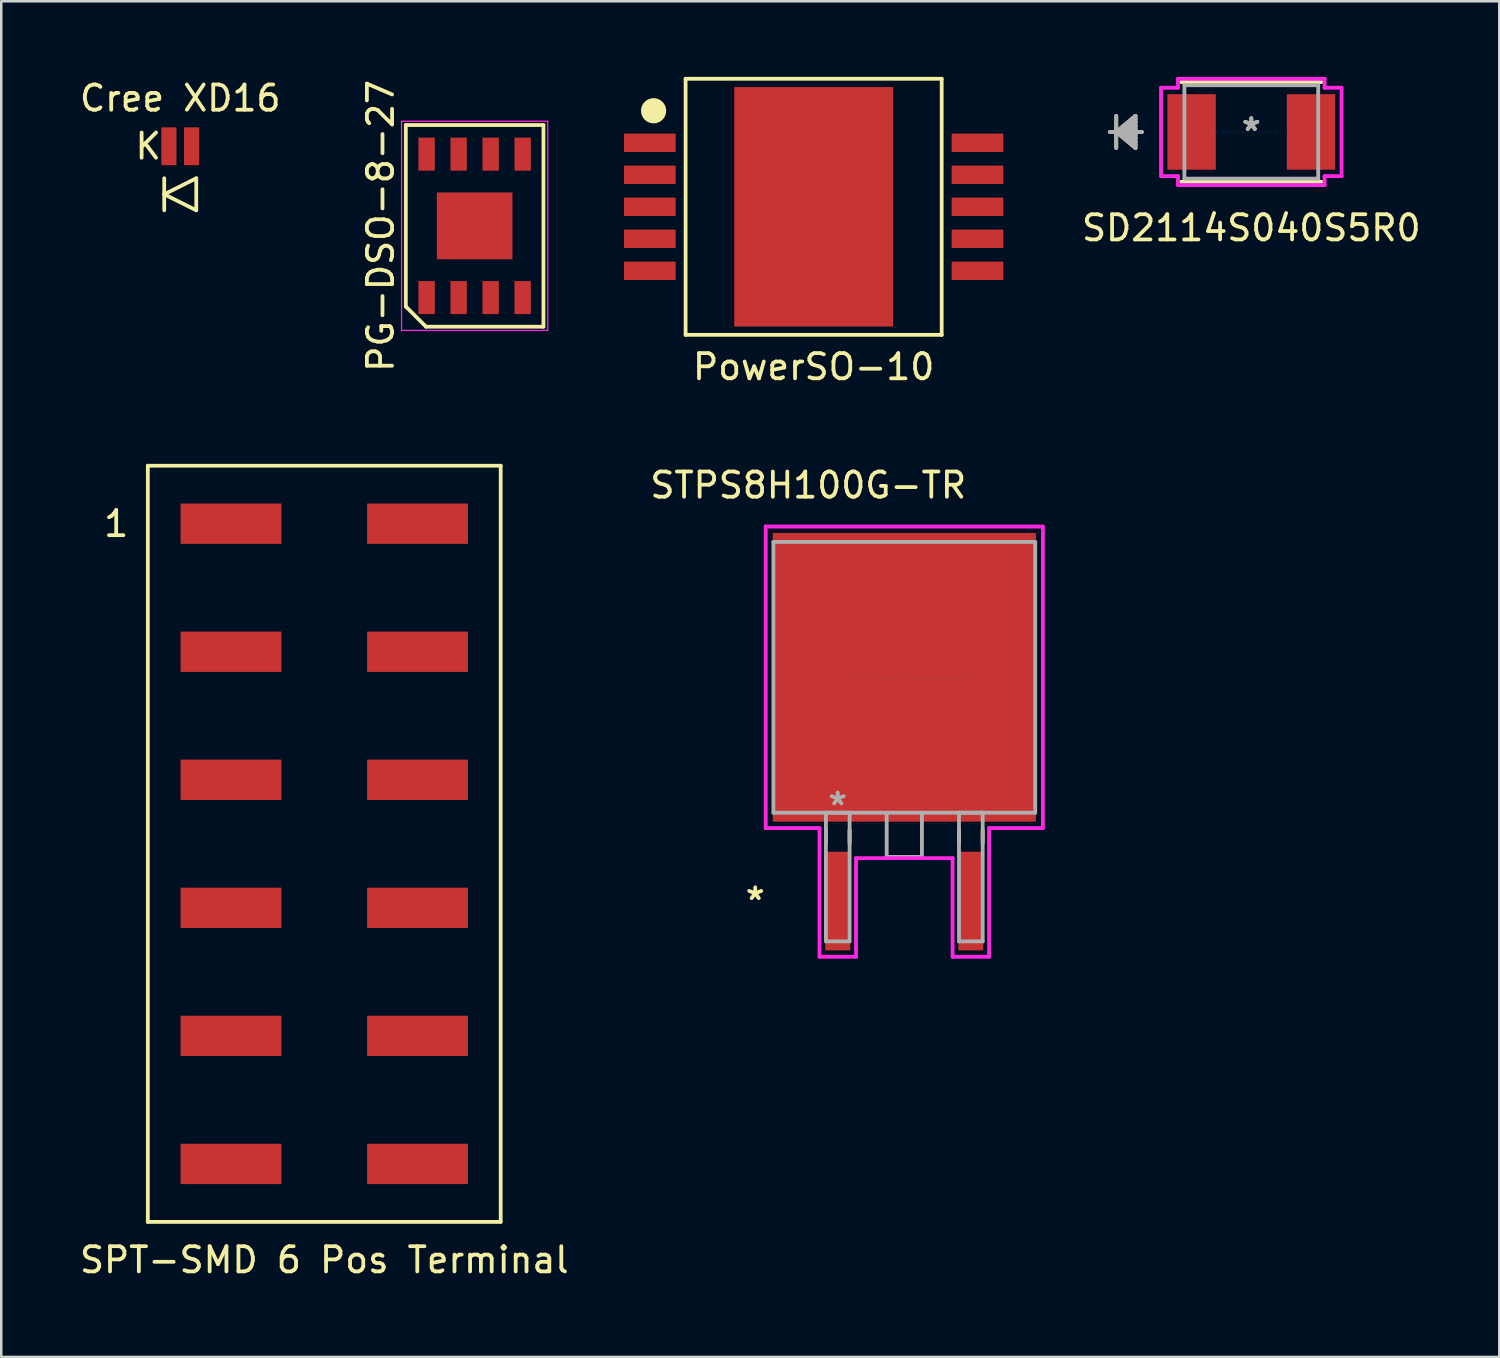
<source format=kicad_pcb>
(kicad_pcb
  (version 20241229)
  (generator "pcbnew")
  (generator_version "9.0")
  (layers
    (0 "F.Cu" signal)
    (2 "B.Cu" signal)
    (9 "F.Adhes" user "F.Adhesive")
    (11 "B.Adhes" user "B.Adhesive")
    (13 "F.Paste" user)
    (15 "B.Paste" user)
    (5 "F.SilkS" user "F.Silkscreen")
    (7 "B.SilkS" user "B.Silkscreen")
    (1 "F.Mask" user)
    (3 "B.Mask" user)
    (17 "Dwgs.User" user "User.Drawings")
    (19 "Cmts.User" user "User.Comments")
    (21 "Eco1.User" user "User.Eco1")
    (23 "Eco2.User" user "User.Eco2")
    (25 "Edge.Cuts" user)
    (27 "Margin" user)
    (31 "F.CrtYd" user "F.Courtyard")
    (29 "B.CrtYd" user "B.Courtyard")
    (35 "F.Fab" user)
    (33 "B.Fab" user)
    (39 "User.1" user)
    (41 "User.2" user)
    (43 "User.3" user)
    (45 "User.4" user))
  (footprint "PowerSO-10"
    (layer "F.Cu")
    (at 29.231 5.155)
    (property "Reference" "PowerSO-10" (at 0 6.35 0) (layer "F.SilkS") (effects (font (size 1 1) (thickness 0.15))))
    (attr smd)
    (fp_line (start -5.08 -5.08) (end 5.08 -5.08) (stroke (width 0.15) (type solid)) (layer "F.SilkS"))
    (fp_line (start -5.08 5.08) (end -5.08 -5.08) (stroke (width 0.15) (type solid)) (layer "F.SilkS"))
    (fp_line (start 5.08 -5.08) (end 5.08 5.08) (stroke (width 0.15) (type solid)) (layer "F.SilkS"))
    (fp_line (start 5.08 5.08) (end -5.08 5.08) (stroke (width 0.15) (type solid)) (layer "F.SilkS"))
    (fp_circle (center -6.35 -3.81) (end -6.1 -3.81) (stroke (width 0.5) (type solid)) (fill no) (layer "F.SilkS"))
    (pad "1" smd rect (at -6.5 -2.54) (size 2.05 0.73) (layers "F.Cu" "F.Mask" "F.Paste"))
    (pad "2" smd rect (at -6.5 -1.27) (size 2.05 0.73) (layers "F.Cu" "F.Mask" "F.Paste"))
    (pad "3" smd rect (at -6.5 0) (size 2.05 0.73) (layers "F.Cu" "F.Mask" "F.Paste"))
    (pad "4" smd rect (at -6.5 1.27) (size 2.05 0.73) (layers "F.Cu" "F.Mask" "F.Paste"))
    (pad "5" smd rect (at -6.5 2.54) (size 2.05 0.73) (layers "F.Cu" "F.Mask" "F.Paste"))
    (pad "6" smd rect (at 6.5 2.54) (size 2.05 0.73) (layers "F.Cu" "F.Mask" "F.Paste"))
    (pad "7" smd rect (at 6.5 1.27) (size 2.05 0.73) (layers "F.Cu" "F.Mask" "F.Paste"))
    (pad "8" smd rect (at 6.5 0) (size 2.05 0.73) (layers "F.Cu" "F.Mask" "F.Paste"))
    (pad "9" smd rect (at 6.5 -1.27) (size 2.05 0.73) (layers "F.Cu" "F.Mask" "F.Paste"))
    (pad "10" smd rect (at 6.5 -2.54) (size 2.05 0.73) (layers "F.Cu" "F.Mask" "F.Paste"))
    (pad "11" smd rect (at 0 0) (size 6.3 9.5) (layers "F.Cu" "F.Mask" "F.Paste")))
  (footprint "SD2114S040S5R0"
    (layer "F.Cu")
    (at 46.595 2.184)
    (property "Reference" "SD2114S040S5R0" (at 0 3.81 0) (layer "F.SilkS") (effects (font (size 1 1) (thickness 0.15))))
    (attr through_hole)
    (fp_line (start -5.359 -0.635) (end -5.359 0.635) (stroke (width 0.152) (type solid)) (layer "F.SilkS"))
    (fp_line (start -5.359 0) (end -4.597 -0.635) (stroke (width 0.152) (type solid)) (layer "F.SilkS"))
    (fp_line (start -5.359 0) (end -4.597 -0.508) (stroke (width 0.152) (type solid)) (layer "F.SilkS"))
    (fp_line (start -5.359 0) (end -4.597 -0.381) (stroke (width 0.152) (type solid)) (layer "F.SilkS"))
    (fp_line (start -5.359 0) (end -4.597 -0.254) (stroke (width 0.152) (type solid)) (layer "F.SilkS"))
    (fp_line (start -5.359 0) (end -4.597 -0.127) (stroke (width 0.152) (type solid)) (layer "F.SilkS"))
    (fp_line (start -5.359 0) (end -4.597 0.127) (stroke (width 0.152) (type solid)) (layer "F.SilkS"))
    (fp_line (start -5.359 0) (end -4.597 0.254) (stroke (width 0.152) (type solid)) (layer "F.SilkS"))
    (fp_line (start -5.359 0) (end -4.597 0.381) (stroke (width 0.152) (type solid)) (layer "F.SilkS"))
    (fp_line (start -5.359 0) (end -4.597 0.508) (stroke (width 0.152) (type solid)) (layer "F.SilkS"))
    (fp_line (start -5.359 0) (end -4.597 0.635) (stroke (width 0.152) (type solid)) (layer "F.SilkS"))
    (fp_line (start -4.597 -0.635) (end -4.597 0.635) (stroke (width 0.152) (type solid)) (layer "F.SilkS"))
    (fp_line (start -4.343 0) (end -5.613 0) (stroke (width 0.152) (type solid)) (layer "F.SilkS"))
    (fp_line (start -2.781 1.981) (end 2.781 1.981) (stroke (width 0.152) (type solid)) (layer "F.SilkS"))
    (fp_line (start 2.781 -1.981) (end -2.781 -1.981) (stroke (width 0.152) (type solid)) (layer "F.SilkS"))
    (fp_line (start -3.581 -1.753) (end -2.908 -1.753) (stroke (width 0.152) (type solid)) (layer "F.CrtYd"))
    (fp_line (start -3.581 1.753) (end -3.581 -1.753) (stroke (width 0.152) (type solid)) (layer "F.CrtYd"))
    (fp_line (start -2.908 -2.108) (end 2.908 -2.108) (stroke (width 0.152) (type solid)) (layer "F.CrtYd"))
    (fp_line (start -2.908 -1.753) (end -2.908 -2.108) (stroke (width 0.152) (type solid)) (layer "F.CrtYd"))
    (fp_line (start -2.908 1.753) (end -3.581 1.753) (stroke (width 0.152) (type solid)) (layer "F.CrtYd"))
    (fp_line (start -2.908 2.108) (end -2.908 1.753) (stroke (width 0.152) (type solid)) (layer "F.CrtYd"))
    (fp_line (start 2.908 -2.108) (end 2.908 -1.753) (stroke (width 0.152) (type solid)) (layer "F.CrtYd"))
    (fp_line (start 2.908 -1.753) (end 3.581 -1.753) (stroke (width 0.152) (type solid)) (layer "F.CrtYd"))
    (fp_line (start 2.908 1.753) (end 2.908 2.108) (stroke (width 0.152) (type solid)) (layer "F.CrtYd"))
    (fp_line (start 2.908 2.108) (end -2.908 2.108) (stroke (width 0.152) (type solid)) (layer "F.CrtYd"))
    (fp_line (start 3.581 -1.753) (end 3.581 1.753) (stroke (width 0.152) (type solid)) (layer "F.CrtYd"))
    (fp_line (start 3.581 1.753) (end 2.908 1.753) (stroke (width 0.152) (type solid)) (layer "F.CrtYd"))
    (fp_line (start -5.359 -0.635) (end -5.359 0.635) (stroke (width 0.152) (type solid)) (layer "F.Fab"))
    (fp_line (start -5.359 0) (end -4.597 -0.635) (stroke (width 0.152) (type solid)) (layer "F.Fab"))
    (fp_line (start -5.359 0) (end -4.597 -0.508) (stroke (width 0.152) (type solid)) (layer "F.Fab"))
    (fp_line (start -5.359 0) (end -4.597 -0.381) (stroke (width 0.152) (type solid)) (layer "F.Fab"))
    (fp_line (start -5.359 0) (end -4.597 -0.254) (stroke (width 0.152) (type solid)) (layer "F.Fab"))
    (fp_line (start -5.359 0) (end -4.597 -0.127) (stroke (width 0.152) (type solid)) (layer "F.Fab"))
    (fp_line (start -5.359 0) (end -4.597 0.127) (stroke (width 0.152) (type solid)) (layer "F.Fab"))
    (fp_line (start -5.359 0) (end -4.597 0.254) (stroke (width 0.152) (type solid)) (layer "F.Fab"))
    (fp_line (start -5.359 0) (end -4.597 0.381) (stroke (width 0.152) (type solid)) (layer "F.Fab"))
    (fp_line (start -5.359 0) (end -4.597 0.508) (stroke (width 0.152) (type solid)) (layer "F.Fab"))
    (fp_line (start -5.359 0) (end -4.597 0.635) (stroke (width 0.152) (type solid)) (layer "F.Fab"))
    (fp_line (start -4.597 -0.635) (end -4.597 0.635) (stroke (width 0.152) (type solid)) (layer "F.Fab"))
    (fp_line (start -4.343 0) (end -5.613 0) (stroke (width 0.152) (type solid)) (layer "F.Fab"))
    (fp_line (start -2.654 -1.854) (end -2.654 1.854) (stroke (width 0.152) (type solid)) (layer "F.Fab"))
    (fp_line (start -2.654 1.854) (end 2.654 1.854) (stroke (width 0.152) (type solid)) (layer "F.Fab"))
    (fp_line (start 2.654 -1.854) (end -2.654 -1.854) (stroke (width 0.152) (type solid)) (layer "F.Fab"))
    (fp_line (start 2.654 1.854) (end 2.654 -1.854) (stroke (width 0.152) (type solid)) (layer "F.Fab"))
    (fp_text user "*" (at 0 0 0) (layer "F.SilkS") (effects (font (size 1 1) (thickness 0.15))))
    (fp_text user "Copyright 2016 Accelerated Designs. All rights reserved." (at 0 0 0) (layer "Cmts.User") (effects (font (size 0.127 0.127) (thickness 0.002))))
    (fp_text user "*" (at 0 0 0) (layer "F.Fab") (effects (font (size 1 1) (thickness 0.15))))
    (pad "1" smd rect (at -2.369 0) (size 1.918 2.997) (layers "F.Cu" "F.Mask" "F.Paste"))
    (pad "2" smd rect (at 2.369 0) (size 1.918 2.997) (layers "F.Cu" "F.Mask" "F.Paste")))
  (footprint "Cree XD16"
    (layer "F.Cu")
    (at 4.101 2.753)
    (property "Reference" "Cree XD16" (at 0 -1.905 0) (layer "F.SilkS") (effects (font (size 1 1) (thickness 0.15))))
    (attr through_hole)
    (fp_line (start -0.635 1.27) (end -0.635 1.905) (stroke (width 0.15) (type solid)) (layer "F.SilkS"))
    (fp_line (start -0.635 1.905) (end -0.635 2.54) (stroke (width 0.15) (type solid)) (layer "F.SilkS"))
    (fp_line (start -0.635 1.905) (end 0.635 2.54) (stroke (width 0.15) (type solid)) (layer "F.SilkS"))
    (fp_line (start 0.635 1.27) (end -0.635 1.905) (stroke (width 0.15) (type solid)) (layer "F.SilkS"))
    (fp_line (start 0.635 2.54) (end 0.635 1.27) (stroke (width 0.15) (type solid)) (layer "F.SilkS"))
    (fp_text user "K" (at -1.27 0 0) (layer "F.SilkS") (effects (font (size 1 1) (thickness 0.15))))
    (pad "1" smd rect (at -0.45 0) (size 0.6 1.5) (layers "F.Cu" "F.Mask" "F.Paste"))
    (pad "2" smd rect (at 0.45 0) (size 0.6 1.5) (layers "F.Cu" "F.Mask" "F.Paste")))
  (footprint "STPS8H100G-TR"
    (layer "F.Cu")
    (at 32.828 23.822)
    (property "Reference" "STPS8H100G-TR" (at -3.81 -7.62 0) (layer "F.SilkS") (effects (font (size 1 1) (thickness 0.15))))
    (attr through_hole)
    (fp_line (start -3.11 6.06) (end -3.11 6.566) (stroke (width 0.152) (type solid)) (layer "F.SilkS"))
    (fp_line (start -2.17 6.06) (end -2.17 6.566) (stroke (width 0.152) (type solid)) (layer "F.SilkS"))
    (fp_line (start 2.17 6.06) (end 2.17 6.566) (stroke (width 0.152) (type solid)) (layer "F.SilkS"))
    (fp_line (start 3.11 6.06) (end 3.11 6.566) (stroke (width 0.152) (type solid)) (layer "F.SilkS"))
    (fp_line (start -5.499 -5.982) (end 5.499 -5.982) (stroke (width 0.152) (type solid)) (layer "F.CrtYd"))
    (fp_line (start -5.499 5.982) (end -5.499 -5.982) (stroke (width 0.152) (type solid)) (layer "F.CrtYd"))
    (fp_line (start -3.364 5.982) (end -5.499 5.982) (stroke (width 0.152) (type solid)) (layer "F.CrtYd"))
    (fp_line (start -3.364 11.087) (end -3.364 5.982) (stroke (width 0.152) (type solid)) (layer "F.CrtYd"))
    (fp_line (start -1.916 7.176) (end -1.916 11.087) (stroke (width 0.152) (type solid)) (layer "F.CrtYd"))
    (fp_line (start -1.916 11.087) (end -3.364 11.087) (stroke (width 0.152) (type solid)) (layer "F.CrtYd"))
    (fp_line (start 1.916 7.176) (end -1.916 7.176) (stroke (width 0.152) (type solid)) (layer "F.CrtYd"))
    (fp_line (start 1.916 11.087) (end 1.916 7.176) (stroke (width 0.152) (type solid)) (layer "F.CrtYd"))
    (fp_line (start 3.364 5.982) (end 3.364 11.087) (stroke (width 0.152) (type solid)) (layer "F.CrtYd"))
    (fp_line (start 3.364 11.087) (end 1.916 11.087) (stroke (width 0.152) (type solid)) (layer "F.CrtYd"))
    (fp_line (start 5.499 -5.982) (end 5.499 5.982) (stroke (width 0.152) (type solid)) (layer "F.CrtYd"))
    (fp_line (start 5.499 5.982) (end 3.364 5.982) (stroke (width 0.152) (type solid)) (layer "F.CrtYd"))
    (fp_line (start -5.194 -5.372) (end -5.194 5.372) (stroke (width 0.152) (type solid)) (layer "F.Fab"))
    (fp_line (start -5.194 5.372) (end 5.194 5.372) (stroke (width 0.152) (type solid)) (layer "F.Fab"))
    (fp_line (start -3.11 5.372) (end -3.11 10.477) (stroke (width 0.152) (type solid)) (layer "F.Fab"))
    (fp_line (start -3.11 10.477) (end -2.17 10.477) (stroke (width 0.152) (type solid)) (layer "F.Fab"))
    (fp_line (start -2.17 5.372) (end -3.11 5.372) (stroke (width 0.152) (type solid)) (layer "F.Fab"))
    (fp_line (start -2.17 10.477) (end -2.17 5.372) (stroke (width 0.152) (type solid)) (layer "F.Fab"))
    (fp_line (start -0.699 5.372) (end -0.699 7.125) (stroke (width 0.152) (type solid)) (layer "F.Fab"))
    (fp_line (start -0.699 7.125) (end 0.699 7.125) (stroke (width 0.152) (type solid)) (layer "F.Fab"))
    (fp_line (start 0.699 7.125) (end 0.699 5.372) (stroke (width 0.152) (type solid)) (layer "F.Fab"))
    (fp_line (start 2.17 5.372) (end 2.17 10.477) (stroke (width 0.152) (type solid)) (layer "F.Fab"))
    (fp_line (start 2.17 10.477) (end 3.11 10.477) (stroke (width 0.152) (type solid)) (layer "F.Fab"))
    (fp_line (start 3.11 5.372) (end 2.17 5.372) (stroke (width 0.152) (type solid)) (layer "F.Fab"))
    (fp_line (start 3.11 10.477) (end 3.11 5.372) (stroke (width 0.152) (type solid)) (layer "F.Fab"))
    (fp_line (start 5.194 -5.372) (end -5.194 -5.372) (stroke (width 0.152) (type solid)) (layer "F.Fab"))
    (fp_line (start 5.194 5.372) (end 5.194 -5.372) (stroke (width 0.152) (type solid)) (layer "F.Fab"))
    (fp_text user "*" (at -5.915 8.877 0) (layer "F.SilkS") (effects (font (size 1 1) (thickness 0.15))))
    (fp_text user "Copyright 2016 Accelerated Designs. All rights reserved." (at 0 0 0) (layer "Cmts.User") (effects (font (size 0.127 0.127) (thickness 0.002))))
    (fp_text user "*" (at -2.64 5.118 0) (layer "F.Fab") (effects (font (size 1 1) (thickness 0.15))))
    (pad "1" smd rect (at -2.64 8.877) (size 0.991 3.912) (layers "F.Cu" "F.Mask" "F.Paste"))
    (pad "2" smd rect (at 0 0) (size 10.439 11.455) (layers "F.Cu" "F.Mask" "F.Paste"))
    (pad "3" smd rect (at 2.64 8.877) (size 0.991 3.912) (layers "F.Cu" "F.Mask" "F.Paste")))
  (footprint "SPT-SMD 6 Pos Terminal"
    (layer "F.Cu")
    (at 9.815 30.428)
    (property "Reference" "SPT-SMD 6 Pos Terminal" (at 0 16.51 0) (layer "F.SilkS") (effects (font (size 1 1) (thickness 0.15))))
    (attr through_hole)
    (fp_line (start -7 -15) (end -7 15) (stroke (width 0.15) (type solid)) (layer "F.SilkS"))
    (fp_line (start -7 -15) (end 7 -15) (stroke (width 0.15) (type solid)) (layer "F.SilkS"))
    (fp_line (start -7 15) (end 7 15) (stroke (width 0.15) (type solid)) (layer "F.SilkS"))
    (fp_line (start 7 -15) (end 7 15) (stroke (width 0.15) (type solid)) (layer "F.SilkS"))
    (fp_text user "1" (at -8.255 -12.7 0) (layer "F.SilkS") (effects (font (size 1 1) (thickness 0.15))))
    (pad "1" smd rect (at -3.7 -12.7) (size 4 1.6) (layers "F.Cu" "F.Mask" "F.Paste"))
    (pad "1" smd rect (at 3.7 -12.7) (size 4 1.6) (layers "F.Cu" "F.Mask" "F.Paste"))
    (pad "2" smd rect (at -3.7 -7.62) (size 4 1.6) (layers "F.Cu" "F.Mask" "F.Paste"))
    (pad "2" smd rect (at 3.7 -7.62) (size 4 1.6) (layers "F.Cu" "F.Mask" "F.Paste"))
    (pad "3" smd rect (at -3.7 -2.54) (size 4 1.6) (layers "F.Cu" "F.Mask" "F.Paste"))
    (pad "3" smd rect (at 3.7 -2.54) (size 4 1.6) (layers "F.Cu" "F.Mask" "F.Paste"))
    (pad "4" smd rect (at -3.7 2.54) (size 4 1.6) (layers "F.Cu" "F.Mask" "F.Paste"))
    (pad "4" smd rect (at 3.7 2.54) (size 4 1.6) (layers "F.Cu" "F.Mask" "F.Paste"))
    (pad "5" smd rect (at -3.7 7.62) (size 4 1.6) (layers "F.Cu" "F.Mask" "F.Paste"))
    (pad "5" smd rect (at 3.7 7.62) (size 4 1.6) (layers "F.Cu" "F.Mask" "F.Paste"))
    (pad "6" smd rect (at -3.7 12.7) (size 4 1.6) (layers "F.Cu" "F.Mask" "F.Paste"))
    (pad "6" smd rect (at 3.7 12.7) (size 4 1.6) (layers "F.Cu" "F.Mask" "F.Paste")))
  (footprint "PG-DSO-8-27"
    (layer "F.Cu")
    (at 15.781 5.911)
    (property "Reference" "PG-DSO-8-27" (at -3.73 0 90) (layer "F.SilkS") (effects (font (size 1 1) (thickness 0.15))))
    (attr smd)
    (fp_line (start -2.73 -4) (end 2.73 -4) (stroke (width 0.15) (type solid)) (layer "F.SilkS"))
    (fp_line (start -2.73 3.2) (end -2.73 -4) (stroke (width 0.15) (type solid)) (layer "F.SilkS"))
    (fp_line (start -1.93 4) (end -2.73 3.2) (stroke (width 0.15) (type solid)) (layer "F.SilkS"))
    (fp_line (start 2.73 -4) (end 2.73 4) (stroke (width 0.15) (type solid)) (layer "F.SilkS"))
    (fp_line (start 2.73 4) (end -1.93 4) (stroke (width 0.15) (type solid)) (layer "F.SilkS"))
    (fp_line (start -2.9 -4.15) (end 2.9 -4.15) (stroke (width 0.05) (type solid)) (layer "F.CrtYd"))
    (fp_line (start -2.9 4.15) (end -2.9 -4.15) (stroke (width 0.05) (type solid)) (layer "F.CrtYd"))
    (fp_line (start 2.9 -4.15) (end 2.9 4.15) (stroke (width 0.05) (type solid)) (layer "F.CrtYd"))
    (fp_line (start 2.9 4.15) (end -2.9 4.15) (stroke (width 0.05) (type solid)) (layer "F.CrtYd"))
    (pad "1" smd rect (at -1.905 2.845) (size 0.65 1.31) (layers "F.Cu" "F.Mask" "F.Paste"))
    (pad "2" smd rect (at -0.635 2.845) (size 0.65 1.31) (layers "F.Cu" "F.Mask" "F.Paste"))
    (pad "3" smd rect (at 0.635 2.845) (size 0.65 1.31) (layers "F.Cu" "F.Mask" "F.Paste"))
    (pad "4" smd rect (at 1.905 2.845) (size 0.65 1.31) (layers "F.Cu" "F.Mask" "F.Paste"))
    (pad "5" smd rect (at 1.905 -2.845) (size 0.65 1.31) (layers "F.Cu" "F.Mask" "F.Paste"))
    (pad "6" smd rect (at 0.635 -2.845) (size 0.65 1.31) (layers "F.Cu" "F.Mask" "F.Paste"))
    (pad "7" smd rect (at -0.635 -2.845) (size 0.65 1.31) (layers "F.Cu" "F.Mask" "F.Paste"))
    (pad "8" smd rect (at -1.905 -2.845) (size 0.65 1.31) (layers "F.Cu" "F.Mask" "F.Paste"))
    (pad "EP" smd rect (at 0 0) (size 3 2.65) (layers "F.Cu" "F.Mask" "F.Paste")))
  (gr_rect
    (start -3 -3)
    (end 56.434 50.786)
    (stroke (width 0.1) (type default))
    (fill no)
    (layer "Edge.Cuts")))
</source>
